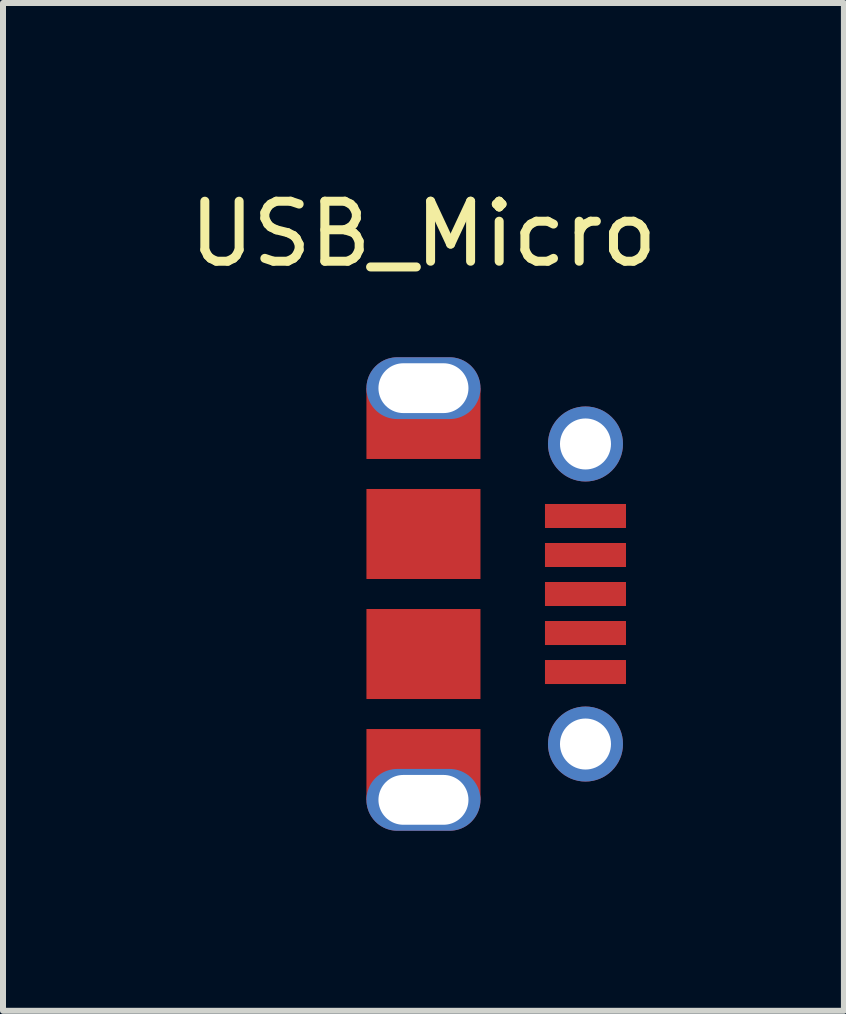
<source format=kicad_pcb>
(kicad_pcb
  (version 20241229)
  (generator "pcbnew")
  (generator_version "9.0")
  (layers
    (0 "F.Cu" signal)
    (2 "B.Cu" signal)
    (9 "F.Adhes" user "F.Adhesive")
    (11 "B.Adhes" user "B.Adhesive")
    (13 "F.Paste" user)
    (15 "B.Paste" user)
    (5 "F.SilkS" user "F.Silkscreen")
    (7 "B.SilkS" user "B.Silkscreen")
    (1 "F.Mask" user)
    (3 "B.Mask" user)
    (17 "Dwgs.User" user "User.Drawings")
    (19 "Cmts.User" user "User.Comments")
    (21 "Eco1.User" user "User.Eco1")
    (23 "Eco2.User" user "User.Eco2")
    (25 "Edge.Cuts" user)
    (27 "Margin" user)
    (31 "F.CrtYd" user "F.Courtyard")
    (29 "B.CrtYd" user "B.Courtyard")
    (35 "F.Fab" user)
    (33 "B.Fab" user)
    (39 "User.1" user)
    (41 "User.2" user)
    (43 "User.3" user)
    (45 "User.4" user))
  (footprint "USB_Micro"
    (layer "F.Cu")
    (at 4.006 6.848)
    (property "Reference" "USB_Micro" (at 0 -6 0) (layer "F.SilkS") (effects (font (size 1 1) (thickness 0.15))))
    (attr through_hole)
    (pad "1" connect rect (at 2.7 -1.3) (size 1.35 0.4) (layers "F.Cu" "F.Mask"))
    (pad "2" connect rect (at 2.7 -0.65) (size 1.35 0.4) (layers "F.Cu" "F.Mask"))
    (pad "3" connect rect (at 2.7 0) (size 1.35 0.4) (layers "F.Cu" "F.Mask"))
    (pad "4" connect rect (at 2.7 0.65) (size 1.35 0.4) (layers "F.Cu" "F.Mask"))
    (pad "5" connect rect (at 2.7 1.3) (size 1.35 0.4) (layers "F.Cu" "F.Mask"))
    (pad "6" thru_hole oval (at 0 -3.43) (size 1.9 1.03) (drill oval 1.5 0.83) (layers "*.Cu" "*.Mask"))
    (pad "6" smd rect (at 0 -2.84) (size 1.9 1.18) (layers "F.Cu" "F.Mask" "F.Paste"))
    (pad "6" smd rect (at 0 -1) (size 1.9 1.5) (layers "F.Cu" "F.Mask" "F.Paste"))
    (pad "6" smd rect (at 0 1) (size 1.9 1.5) (layers "F.Cu" "F.Mask" "F.Paste"))
    (pad "6" smd rect (at 0 2.84) (size 1.9 1.18) (layers "F.Cu" "F.Mask" "F.Paste"))
    (pad "6" thru_hole oval (at 0 3.43) (size 1.9 1.03) (drill oval 1.5 0.83) (layers "*.Cu" "*.Mask"))
    (pad "6" thru_hole oval (at 2.7 -2.5) (size 1.25 1.25) (drill oval 0.85) (layers "*.Cu" "*.Mask"))
    (pad "6" thru_hole oval (at 2.7 2.5) (size 1.25 1.25) (drill oval 0.85) (layers "*.Cu" "*.Mask")))
  (gr_rect
    (start -3 -3)
    (end 11.012 13.793)
    (stroke (width 0.1) (type default))
    (fill no)
    (layer "Edge.Cuts")))
</source>
